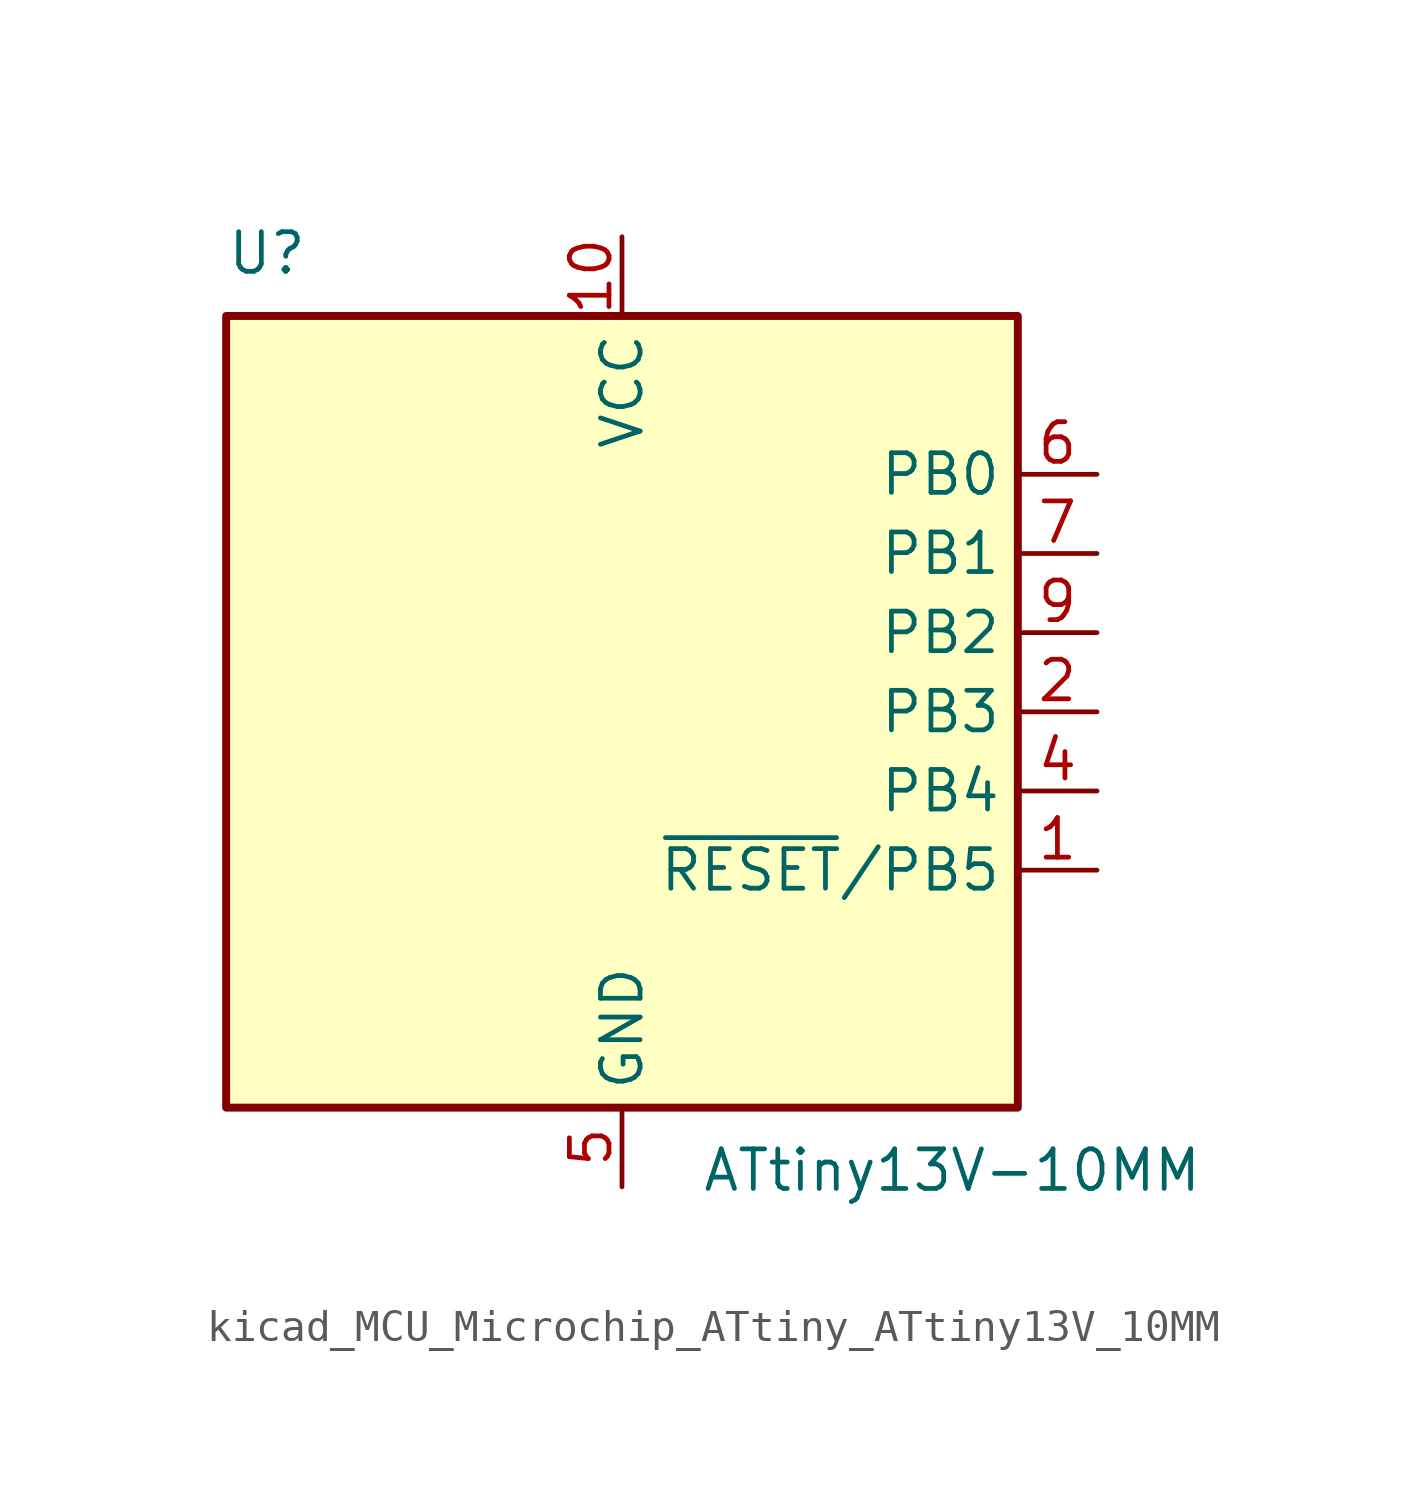
<source format=kicad_sym>
(kicad_symbol_lib
  (version 20220914)
  (generator kicad_symbol_editor)
  (symbol "kicad_MCU_Microchip_ATtiny_ATtiny13V_10MM"
    (property "Reference" "U"
      (at -12.7 13.97 0)
      (effects (font (size 1.27 1.27)) (justify left bottom)))
    (property "Value" "ATtiny13V-10MM"
      (at 2.54 -13.97 0)
      (effects (font (size 1.27 1.27)) (justify left top)))
    (symbol "kicad_MCU_Microchip_ATtiny_ATtiny13V_10MM_0_1"
      (rectangle (start -12.7 -12.7) (end 12.7 12.7) (stroke (width 0.254) (type default)) (fill (type background))))
    (symbol "kicad_MCU_Microchip_ATtiny_ATtiny13V_10MM_1_1"
      (pin bidirectional line (at 15.24 -5.08 180) (length 2.54) (name "~{RESET}/PB5" (effects (font (size 1.27 1.27)))) (number "1" (effects (font (size 1.27 1.27)))))
      (pin power_in line (at 0 15.24 270) (length 2.54) (name "VCC" (effects (font (size 1.27 1.27)))) (number "10" (effects (font (size 1.27 1.27)))))
      (pin passive line (at 0 -15.24 90) (length 2.54) hide (name "GND" (effects (font (size 1.27 1.27)))) (number "11" (effects (font (size 1.27 1.27)))))
      (pin bidirectional line (at 15.24 0 180) (length 2.54) (name "PB3" (effects (font (size 1.27 1.27)))) (number "2" (effects (font (size 1.27 1.27)))))
      (pin no_connect line (at -12.7 -7.62 0) (length 2.54) hide (name "NC" (effects (font (size 1.27 1.27)))) (number "3" (effects (font (size 1.27 1.27)))))
      (pin bidirectional line (at 15.24 -2.54 180) (length 2.54) (name "PB4" (effects (font (size 1.27 1.27)))) (number "4" (effects (font (size 1.27 1.27)))))
      (pin power_in line (at 0 -15.24 90) (length 2.54) (name "GND" (effects (font (size 1.27 1.27)))) (number "5" (effects (font (size 1.27 1.27)))))
      (pin bidirectional line (at 15.24 7.62 180) (length 2.54) (name "PB0" (effects (font (size 1.27 1.27)))) (number "6" (effects (font (size 1.27 1.27)))))
      (pin bidirectional line (at 15.24 5.08 180) (length 2.54) (name "PB1" (effects (font (size 1.27 1.27)))) (number "7" (effects (font (size 1.27 1.27)))))
      (pin no_connect line (at -12.7 -10.16 0) (length 2.54) hide (name "NC" (effects (font (size 1.27 1.27)))) (number "8" (effects (font (size 1.27 1.27)))))
      (pin bidirectional line (at 15.24 2.54 180) (length 2.54) (name "PB2" (effects (font (size 1.27 1.27)))) (number "9" (effects (font (size 1.27 1.27))))))))
</source>
